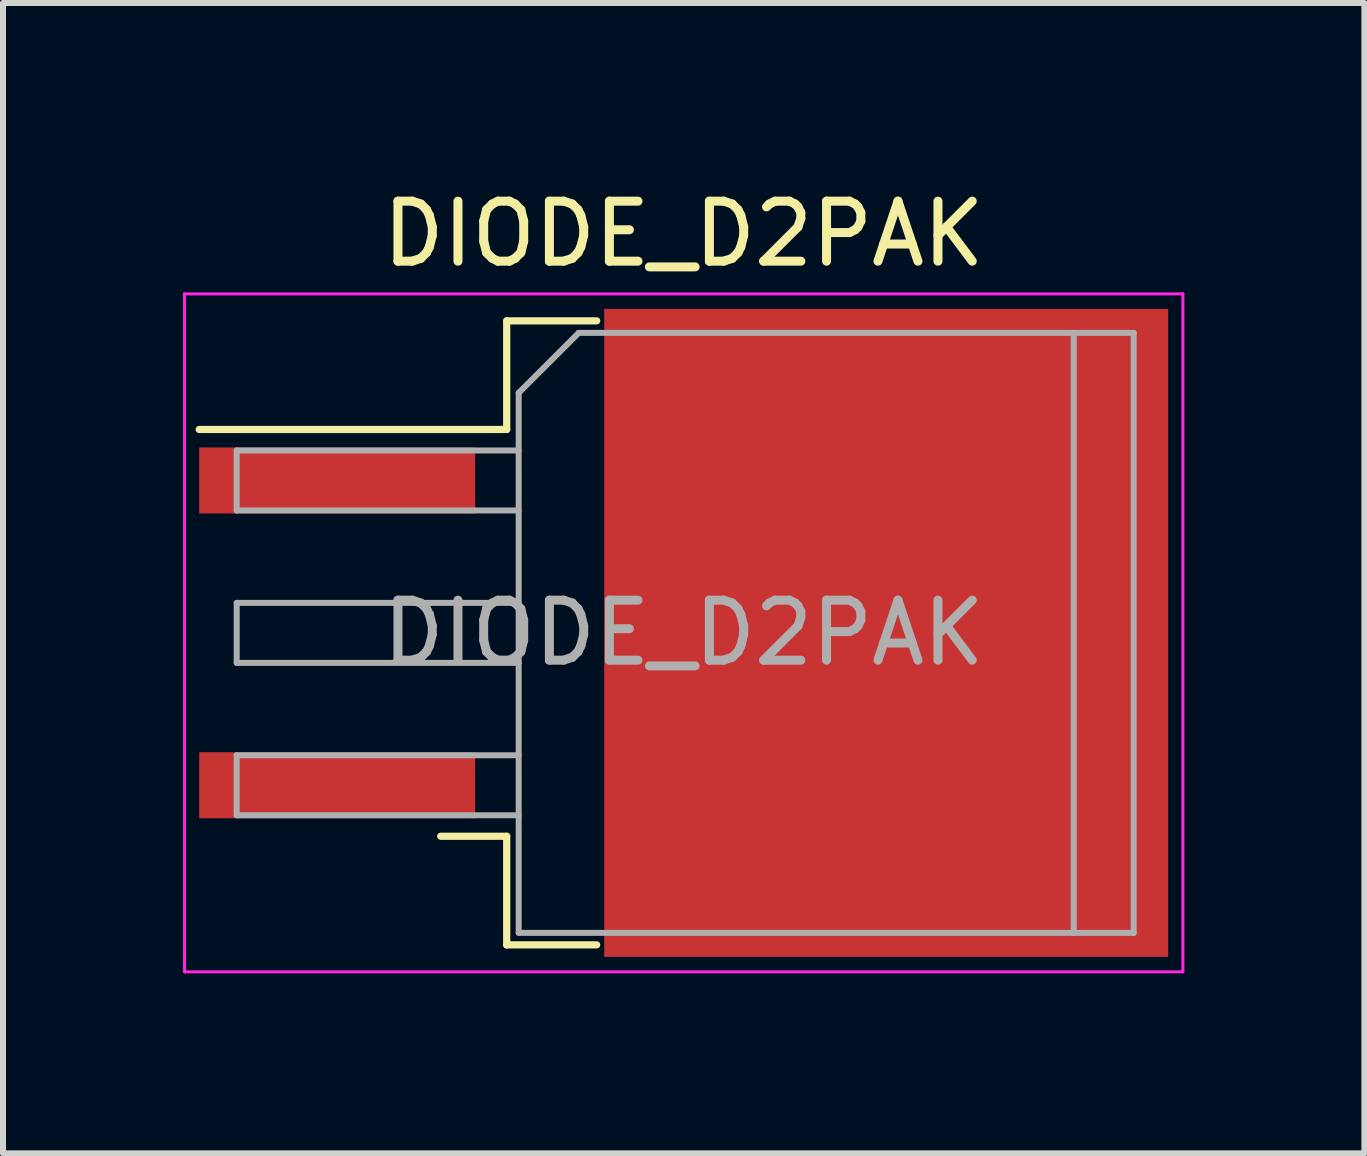
<source format=kicad_pcb>
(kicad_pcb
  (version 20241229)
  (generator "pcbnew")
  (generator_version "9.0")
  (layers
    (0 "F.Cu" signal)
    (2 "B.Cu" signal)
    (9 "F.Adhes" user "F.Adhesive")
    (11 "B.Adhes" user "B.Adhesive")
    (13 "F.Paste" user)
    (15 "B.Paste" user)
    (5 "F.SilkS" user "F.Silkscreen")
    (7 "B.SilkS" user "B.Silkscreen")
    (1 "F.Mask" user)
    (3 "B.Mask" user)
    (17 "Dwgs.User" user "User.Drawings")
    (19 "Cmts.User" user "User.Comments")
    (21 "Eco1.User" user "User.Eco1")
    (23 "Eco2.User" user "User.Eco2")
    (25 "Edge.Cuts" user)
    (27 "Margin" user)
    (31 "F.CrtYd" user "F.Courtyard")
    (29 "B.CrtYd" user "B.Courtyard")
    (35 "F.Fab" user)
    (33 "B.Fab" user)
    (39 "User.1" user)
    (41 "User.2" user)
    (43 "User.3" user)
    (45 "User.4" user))
  (footprint "DIODE_D2PAK"
    (layer "F.Cu")
    (at 8.345 7.498)
    (property "Reference" "DIODE_D2PAK" (at 0 -6.65 0) (layer "F.SilkS") (effects (font (size 1 1) (thickness 0.15))))
    (attr smd)
    (fp_line (start -2.95 -5.2) (end -2.95 -3.39) (stroke (width 0.12) (type solid)) (layer "F.SilkS"))
    (fp_line (start -2.95 -3.39) (end -8.075 -3.39) (stroke (width 0.12) (type solid)) (layer "F.SilkS"))
    (fp_line (start -2.95 3.39) (end -4.05 3.39) (stroke (width 0.12) (type solid)) (layer "F.SilkS"))
    (fp_line (start -2.95 5.2) (end -2.95 3.39) (stroke (width 0.12) (type solid)) (layer "F.SilkS"))
    (fp_line (start -1.45 -5.2) (end -2.95 -5.2) (stroke (width 0.12) (type solid)) (layer "F.SilkS"))
    (fp_line (start -1.45 5.2) (end -2.95 5.2) (stroke (width 0.12) (type solid)) (layer "F.SilkS"))
    (fp_line (start -8.32 -5.65) (end -8.32 5.65) (stroke (width 0.05) (type solid)) (layer "F.CrtYd"))
    (fp_line (start -8.32 5.65) (end 8.32 5.65) (stroke (width 0.05) (type solid)) (layer "F.CrtYd"))
    (fp_line (start 8.32 -5.65) (end -8.32 -5.65) (stroke (width 0.05) (type solid)) (layer "F.CrtYd"))
    (fp_line (start 8.32 5.65) (end 8.32 -5.65) (stroke (width 0.05) (type solid)) (layer "F.CrtYd"))
    (fp_line (start -7.45 -3.04) (end -7.45 -2.04) (stroke (width 0.1) (type solid)) (layer "F.Fab"))
    (fp_line (start -7.45 -2.04) (end -2.75 -2.04) (stroke (width 0.1) (type solid)) (layer "F.Fab"))
    (fp_line (start -7.45 -0.5) (end -7.45 0.5) (stroke (width 0.1) (type solid)) (layer "F.Fab"))
    (fp_line (start -7.45 0.5) (end -2.75 0.5) (stroke (width 0.1) (type solid)) (layer "F.Fab"))
    (fp_line (start -7.45 2.04) (end -7.45 3.04) (stroke (width 0.1) (type solid)) (layer "F.Fab"))
    (fp_line (start -7.45 3.04) (end -2.75 3.04) (stroke (width 0.1) (type solid)) (layer "F.Fab"))
    (fp_line (start -2.75 -4) (end -1.75 -5) (stroke (width 0.1) (type solid)) (layer "F.Fab"))
    (fp_line (start -2.75 -3.04) (end -7.45 -3.04) (stroke (width 0.1) (type solid)) (layer "F.Fab"))
    (fp_line (start -2.75 -0.5) (end -7.45 -0.5) (stroke (width 0.1) (type solid)) (layer "F.Fab"))
    (fp_line (start -2.75 2.04) (end -7.45 2.04) (stroke (width 0.1) (type solid)) (layer "F.Fab"))
    (fp_line (start -2.75 5) (end -2.75 -4) (stroke (width 0.1) (type solid)) (layer "F.Fab"))
    (fp_line (start -1.75 -5) (end 6.5 -5) (stroke (width 0.1) (type solid)) (layer "F.Fab"))
    (fp_line (start 6.5 -5) (end 6.5 5) (stroke (width 0.1) (type solid)) (layer "F.Fab"))
    (fp_line (start 6.5 -5) (end 7.5 -5) (stroke (width 0.1) (type solid)) (layer "F.Fab"))
    (fp_line (start 6.5 5) (end -2.75 5) (stroke (width 0.1) (type solid)) (layer "F.Fab"))
    (fp_line (start 7.5 -5) (end 7.5 5) (stroke (width 0.1) (type solid)) (layer "F.Fab"))
    (fp_line (start 7.5 5) (end 6.5 5) (stroke (width 0.1) (type solid)) (layer "F.Fab"))
    (fp_text user "${REFERENCE}" (at 0 0 0) (layer "F.Fab") (effects (font (size 1 1) (thickness 0.15))))
    (pad "" smd rect (at 0.95 -2.775) (size 4.55 5.25) (layers "F.Paste"))
    (pad "" smd rect (at 0.95 2.775) (size 4.55 5.25) (layers "F.Paste"))
    (pad "" smd rect (at 5.8 -2.775) (size 4.55 5.25) (layers "F.Paste"))
    (pad "" smd rect (at 5.8 2.775) (size 4.55 5.25) (layers "F.Paste"))
    (pad "1" smd rect (at -5.775 -2.54) (size 4.6 1.1) (layers "F.Cu" "F.Mask" "F.Paste"))
    (pad "1" smd rect (at -5.775 2.54) (size 4.6 1.1) (layers "F.Cu" "F.Mask" "F.Paste"))
    (pad "2" smd rect (at 3.375 0) (size 9.4 10.8) (layers "F.Cu" "F.Mask")))
  (gr_rect
    (start -3 -3)
    (end 19.69 16.173)
    (stroke (width 0.1) (type default))
    (fill no)
    (layer "Edge.Cuts")))
</source>
